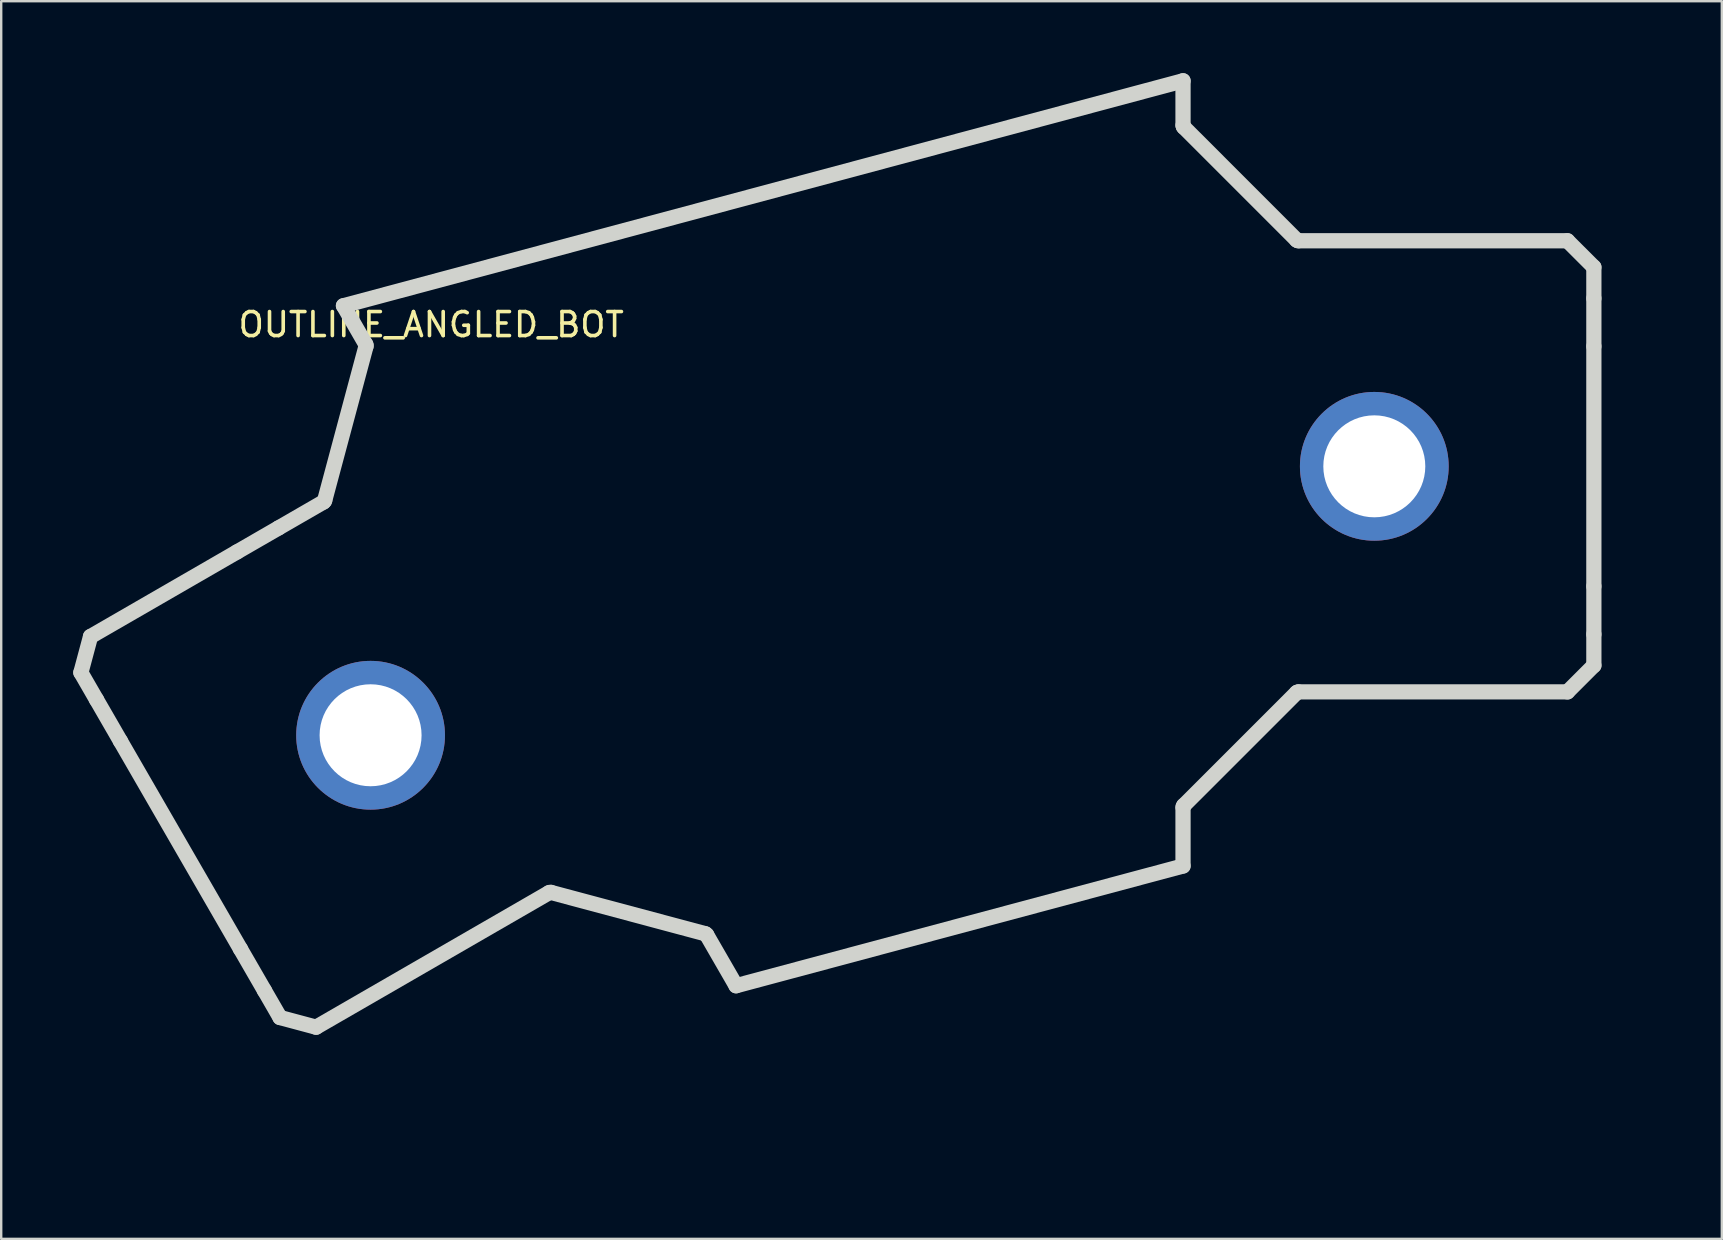
<source format=kicad_pcb>
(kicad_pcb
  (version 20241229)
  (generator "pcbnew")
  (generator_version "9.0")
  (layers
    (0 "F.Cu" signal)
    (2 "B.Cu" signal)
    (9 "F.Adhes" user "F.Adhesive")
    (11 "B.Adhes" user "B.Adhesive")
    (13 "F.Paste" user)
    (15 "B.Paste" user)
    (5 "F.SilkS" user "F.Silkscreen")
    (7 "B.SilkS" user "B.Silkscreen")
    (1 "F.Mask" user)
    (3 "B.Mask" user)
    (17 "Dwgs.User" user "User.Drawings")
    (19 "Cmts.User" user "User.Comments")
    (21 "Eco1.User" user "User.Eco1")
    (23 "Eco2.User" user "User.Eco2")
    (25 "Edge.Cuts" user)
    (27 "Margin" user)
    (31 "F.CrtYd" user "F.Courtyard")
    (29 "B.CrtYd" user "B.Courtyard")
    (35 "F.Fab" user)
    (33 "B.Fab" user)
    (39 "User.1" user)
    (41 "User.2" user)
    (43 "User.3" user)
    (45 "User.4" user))
  (footprint "OUTLINE_ANGLED_BOT"
    (layer "F.Cu")
    (at 0.32 24.979)
    (property "Reference" "OUTLINE_ANGLED_BOT" (at 14.6 -14.5 0) (unlocked yes) (layer "F.SilkS") (effects (font (size 1 1) (thickness 0.15))))
    (attr smd board_only exclude_from_pos_files exclude_from_bom)
    (fp_arc (start 9.953187 0.977731) (mid 12.95 0.1) (end 14.76077 2.644095) (stroke (width 1) (type default)) (layer "F.Paste"))
    (fp_arc (start 14.215001 4.266365) (mid 11.218188 5.144096) (end 9.407418 2.600001) (stroke (width 1) (type default)) (layer "F.Paste"))
    (fp_arc (start 51.803187 -10.222269) (mid 54.8 -11.1) (end 56.61077 -8.555905) (stroke (width 1) (type default)) (layer "F.Paste"))
    (fp_arc (start 56.065001 -6.933635) (mid 53.068188 -6.055904) (end 51.257418 -8.599999) (stroke (width 1) (type default)) (layer "F.Paste"))
    (fp_line (start 0 0) (end 0.65 1.126) (stroke (width 0.635) (type solid)) (layer "Edge.Cuts"))
    (fp_line (start 0.403 -1.503) (end 0 0) (stroke (width 0.635) (type solid)) (layer "Edge.Cuts"))
    (fp_line (start 0.65 1.126) (end 1.65 2.858) (stroke (width 0.635) (type solid)) (layer "Edge.Cuts"))
    (fp_line (start 1.65 2.858) (end 6.65 11.518) (stroke (width 0.635) (type solid)) (layer "Edge.Cuts"))
    (fp_line (start 6.508 -5.028) (end 0.403 -1.503) (stroke (width 0.635) (type solid)) (layer "Edge.Cuts"))
    (fp_line (start 6.65 11.518) (end 7.65 13.25) (stroke (width 0.635) (type solid)) (layer "Edge.Cuts"))
    (fp_line (start 7.65 13.25) (end 8.3 14.376) (stroke (width 0.635) (type solid)) (layer "Edge.Cuts"))
    (fp_line (start 8.24 -6.028) (end 6.508 -5.028) (stroke (width 0.635) (type solid)) (layer "Edge.Cuts"))
    (fp_line (start 8.3 14.376) (end 9.803 14.779) (stroke (width 0.635) (type solid)) (layer "Edge.Cuts"))
    (fp_line (start 9.803 14.779) (end 19.514 9.172) (stroke (width 0.635) (type solid)) (layer "Edge.Cuts"))
    (fp_line (start 10.114 -7.11) (end 8.24 -6.028) (stroke (width 0.635) (type solid)) (layer "Edge.Cuts"))
    (fp_line (start 10.944 -15.287) (end 11.874 -13.676) (stroke (width 0.635) (type solid)) (layer "Edge.Cuts"))
    (fp_line (start 10.944 -15.287) (end 45.932 -24.662) (stroke (width 0.635) (type solid)) (layer "Edge.Cuts"))
    (fp_line (start 11.884 -13.6) (end 10.161 -7.17) (stroke (width 0.635) (type solid)) (layer "Edge.Cuts"))
    (fp_line (start 19.59 9.162) (end 26.02 10.884) (stroke (width 0.635) (type solid)) (layer "Edge.Cuts"))
    (fp_line (start 26.081 10.931) (end 27.305 13.052) (stroke (width 0.635) (type solid)) (layer "Edge.Cuts"))
    (fp_line (start 27.305 13.052) (end 45.932 8.061) (stroke (width 0.635) (type solid)) (layer "Edge.Cuts"))
    (fp_line (start 45.932 -24.662) (end 45.932 -22.802) (stroke (width 0.635) (type solid)) (layer "Edge.Cuts"))
    (fp_line (start 45.932 8.061) (end 45.932 5.612) (stroke (width 0.635) (type solid)) (layer "Edge.Cuts"))
    (fp_line (start 45.962 -22.732) (end 50.669 -18.024) (stroke (width 0.635) (type solid)) (layer "Edge.Cuts"))
    (fp_line (start 45.962 5.541) (end 50.669 0.834) (stroke (width 0.635) (type solid)) (layer "Edge.Cuts"))
    (fp_line (start 50.739 0.805) (end 61.954 0.805) (stroke (width 0.635) (type solid)) (layer "Edge.Cuts"))
    (fp_line (start 61.954 -17.995) (end 50.739 -17.995) (stroke (width 0.635) (type solid)) (layer "Edge.Cuts"))
    (fp_line (start 61.954 0.805) (end 63.054 -0.295) (stroke (width 0.635) (type solid)) (layer "Edge.Cuts"))
    (fp_line (start 63.054 -16.895) (end 61.954 -17.995) (stroke (width 0.635) (type solid)) (layer "Edge.Cuts"))
    (fp_line (start 63.054 -15.595) (end 63.054 -16.895) (stroke (width 0.635) (type solid)) (layer "Edge.Cuts"))
    (fp_line (start 63.054 -13.595) (end 63.054 -15.595) (stroke (width 0.635) (type solid)) (layer "Edge.Cuts"))
    (fp_line (start 63.054 -3.595) (end 63.054 -13.595) (stroke (width 0.635) (type solid)) (layer "Edge.Cuts"))
    (fp_line (start 63.054 -1.595) (end 63.054 -3.595) (stroke (width 0.635) (type solid)) (layer "Edge.Cuts"))
    (fp_line (start 63.054 -0.295) (end 63.054 -1.595) (stroke (width 0.635) (type solid)) (layer "Edge.Cuts"))
    (fp_arc (start 10.161015 -7.170456) (mid 10.143757 -7.135463) (end 10.114422 -7.109735) (stroke (width 0.635) (type solid)) (layer "Edge.Cuts"))
    (fp_arc (start 11.873945 -13.676365) (mid 11.886504 -13.639417) (end 11.883935 -13.600483) (stroke (width 0.635) (type solid)) (layer "Edge.Cuts"))
    (fp_arc (start 19.514422 9.171542) (mid 19.551371 9.15899) (end 19.590304 9.161552) (stroke (width 0.635) (type solid)) (layer "Edge.Cuts"))
    (fp_arc (start 26.020331 10.884473) (mid 26.055329 10.901727) (end 26.081052 10.931066) (stroke (width 0.635) (type solid)) (layer "Edge.Cuts"))
    (fp_arc (start 45.93223 5.611959) (mid 45.939846 5.573692) (end 45.961519 5.541248) (stroke (width 0.635) (type solid)) (layer "Edge.Cuts"))
    (fp_arc (start 45.961519 -22.731544) (mid 45.939857 -22.76399) (end 45.93223 -22.802255) (stroke (width 0.635) (type solid)) (layer "Edge.Cuts"))
    (fp_arc (start 50.668626 0.834141) (mid 50.701069 0.812462) (end 50.739337 0.804852) (stroke (width 0.635) (type solid)) (layer "Edge.Cuts"))
    (fp_arc (start 50.739337 -17.995148) (mid 50.701074 -18.002768) (end 50.668626 -18.024438) (stroke (width 0.635) (type solid)) (layer "Edge.Cuts"))
    (fp_line (start 0.403 -1.503) (end 0 0) (stroke (width 0.635) (type solid)) (layer "User.6"))
    (fp_line (start 0.403 -1.503) (end 10.114 -7.11) (stroke (width 0.635) (type solid)) (layer "User.6"))
    (fp_line (start 0.65 1.126) (end 0 0) (stroke (width 0.635) (type solid)) (layer "User.6"))
    (fp_line (start 0.65 1.126) (end 4.894 -1.324) (stroke (width 0.635) (type solid)) (layer "User.6"))
    (fp_line (start 4.894 -1.324) (end 11.894 10.8) (stroke (width 0.635) (type solid)) (layer "User.6"))
    (fp_line (start 7.65 13.25) (end 0.65 1.126) (stroke (width 0.635) (type solid)) (layer "User.6"))
    (fp_line (start 7.65 13.25) (end 11.894 10.8) (stroke (width 0.635) (type solid)) (layer "User.6"))
    (fp_line (start 8.3 14.376) (end 7.65 13.25) (stroke (width 0.635) (type solid)) (layer "User.6"))
    (fp_line (start 8.3 14.376) (end 9.803 14.779) (stroke (width 0.635) (type solid)) (layer "User.6"))
    (fp_line (start 10.161 -7.17) (end 11.884 -13.6) (stroke (width 0.635) (type solid)) (layer "User.6"))
    (fp_line (start 10.931 2.613) (end 13.217 2.613) (stroke (width 0.635) (type solid)) (layer "User.6"))
    (fp_line (start 11.874 -13.676) (end 10.944 -15.287) (stroke (width 0.635) (type solid)) (layer "User.6"))
    (fp_line (start 12.074 3.756) (end 12.074 1.47) (stroke (width 0.635) (type solid)) (layer "User.6"))
    (fp_line (start 19.514 9.172) (end 9.803 14.779) (stroke (width 0.635) (type solid)) (layer "User.6"))
    (fp_line (start 26.02 10.884) (end 19.59 9.162) (stroke (width 0.635) (type solid)) (layer "User.6"))
    (fp_line (start 27.305 13.052) (end 26.081 10.931) (stroke (width 0.635) (type solid)) (layer "User.6"))
    (fp_line (start 31.957 -4.709) (end 33.1 -4.709) (stroke (width 0.635) (type solid)) (layer "User.6"))
    (fp_line (start 32.529 -4.137) (end 32.529 -5.28) (stroke (width 0.635) (type solid)) (layer "User.6"))
    (fp_line (start 45.932 -24.662) (end 10.944 -15.287) (stroke (width 0.635) (type solid)) (layer "User.6"))
    (fp_line (start 45.932 -22.802) (end 45.932 -24.662) (stroke (width 0.635) (type solid)) (layer "User.6"))
    (fp_line (start 45.932 5.612) (end 45.932 8.061) (stroke (width 0.635) (type solid)) (layer "User.6"))
    (fp_line (start 45.932 8.061) (end 27.305 13.052) (stroke (width 0.635) (type solid)) (layer "User.6"))
    (fp_line (start 50.669 -18.024) (end 45.962 -22.732) (stroke (width 0.635) (type solid)) (layer "User.6"))
    (fp_line (start 50.669 0.834) (end 45.962 5.541) (stroke (width 0.635) (type solid)) (layer "User.6"))
    (fp_line (start 50.739 -17.995) (end 61.954 -17.995) (stroke (width 0.635) (type solid)) (layer "User.6"))
    (fp_line (start 53.332 -8.595) (end 54.475 -8.595) (stroke (width 0.635) (type solid)) (layer "User.6"))
    (fp_line (start 53.904 -8.024) (end 53.904 -9.167) (stroke (width 0.635) (type solid)) (layer "User.6"))
    (fp_line (start 58.154 -1.595) (end 58.154 -15.595) (stroke (width 0.635) (type solid)) (layer "User.6"))
    (fp_line (start 61.954 0.805) (end 50.739 0.805) (stroke (width 0.635) (type solid)) (layer "User.6"))
    (fp_line (start 61.954 0.805) (end 63.054 -0.295) (stroke (width 0.635) (type solid)) (layer "User.6"))
    (fp_line (start 63.054 -16.895) (end 61.954 -17.995) (stroke (width 0.635) (type solid)) (layer "User.6"))
    (fp_line (start 63.054 -16.895) (end 63.054 -15.595) (stroke (width 0.635) (type solid)) (layer "User.6"))
    (fp_line (start 63.054 -15.595) (end 58.154 -15.595) (stroke (width 0.635) (type solid)) (layer "User.6"))
    (fp_line (start 63.054 -15.595) (end 63.054 -1.595) (stroke (width 0.635) (type solid)) (layer "User.6"))
    (fp_line (start 63.054 -1.595) (end 58.154 -1.595) (stroke (width 0.635) (type solid)) (layer "User.6"))
    (fp_line (start 63.054 -1.595) (end 63.054 -0.295) (stroke (width 0.635) (type solid)) (layer "User.6"))
    (fp_arc (start 10.161014 -7.170456) (mid 10.143758 -7.135461) (end 10.114422 -7.109735) (stroke (width 0.635) (type solid)) (layer "User.6"))
    (fp_arc (start 11.873945 -13.676365) (mid 11.886508 -13.639416) (end 11.883935 -13.600483) (stroke (width 0.635) (type solid)) (layer "User.6"))
    (fp_arc (start 19.514422 9.171543) (mid 19.551371 9.158992) (end 19.590304 9.161553) (stroke (width 0.635) (type solid)) (layer "User.6"))
    (fp_arc (start 26.020331 10.884473) (mid 26.055331 10.901726) (end 26.081052 10.931066) (stroke (width 0.635) (type solid)) (layer "User.6"))
    (fp_arc (start 45.93223 5.611959) (mid 45.939849 5.573695) (end 45.961519 5.541248) (stroke (width 0.635) (type solid)) (layer "User.6"))
    (fp_arc (start 45.961519 -22.731544) (mid 45.939861 -22.76399) (end 45.93223 -22.802255) (stroke (width 0.635) (type solid)) (layer "User.6"))
    (fp_arc (start 50.668626 0.834141) (mid 50.701069 0.812464) (end 50.739337 0.804852) (stroke (width 0.635) (type solid)) (layer "User.6"))
    (fp_arc (start 50.739337 -17.995148) (mid 50.701075 -18.002769) (end 50.668626 -18.024437) (stroke (width 0.635) (type solid)) (layer "User.6"))
    (fp_circle (center 12.074 2.613) (end 14.199 2.613) (stroke (width 0.635) (type solid)) (fill no) (layer "User.6"))
    (fp_circle (center 12.074 2.613) (end 15.174 2.613) (stroke (width 0.635) (type solid)) (fill no) (layer "User.6"))
    (fp_circle (center 32.529 -4.709) (end 32.779 -4.709) (stroke (width 0.635) (type solid)) (fill no) (layer "User.6"))
    (fp_circle (center 53.904 -8.595) (end 56.029 -8.595) (stroke (width 0.635) (type solid)) (fill no) (layer "User.6"))
    (fp_circle (center 53.904 -8.595) (end 57.004 -8.595) (stroke (width 0.635) (type solid)) (fill no) (layer "User.6"))
    (fp_line (start 12.074 3.756) (end 12.074 1.47) (stroke (width 0.635) (type solid)) (layer "User.7"))
    (fp_line (start 13.217 2.613) (end 10.931 2.613) (stroke (width 0.635) (type solid)) (layer "User.7"))
    (fp_line (start 53.904 -8.024) (end 53.904 -9.167) (stroke (width 0.635) (type solid)) (layer "User.7"))
    (fp_line (start 54.475 -8.595) (end 53.332 -8.595) (stroke (width 0.635) (type solid)) (layer "User.7"))
    (fp_circle (center 12.074 2.613) (end 13.674 2.613) (stroke (width 0.635) (type solid)) (fill no) (layer "User.7"))
    (fp_circle (center 53.904 -8.595) (end 55.504 -8.595) (stroke (width 0.635) (type solid)) (fill no) (layer "User.7"))
    (fp_line (start 0.4 -1.5) (end -0.003 0.003) (stroke (width 0.635) (type solid)) (layer "User.9"))
    (fp_line (start 0.4 -1.5) (end 10.112 -7.107) (stroke (width 0.635) (type solid)) (layer "User.9"))
    (fp_line (start 0.647 1.128) (end -0.003 0.003) (stroke (width 0.635) (type solid)) (layer "User.9"))
    (fp_line (start 0.647 1.128) (end 4.891 -1.322) (stroke (width 0.635) (type solid)) (layer "User.9"))
    (fp_line (start 2.168 8.334) (end 10.371 3.598) (stroke (width 0.1) (type solid)) (layer "User.9"))
    (fp_line (start 4.891 -1.322) (end 11.891 10.803) (stroke (width 0.635) (type solid)) (layer "User.9"))
    (fp_line (start 7.647 13.253) (end 0.647 1.128) (stroke (width 0.635) (type solid)) (layer "User.9"))
    (fp_line (start 7.647 13.253) (end 11.891 10.803) (stroke (width 0.635) (type solid)) (layer "User.9"))
    (fp_line (start 8.297 14.379) (end 7.647 13.253) (stroke (width 0.635) (type solid)) (layer "User.9"))
    (fp_line (start 8.297 14.379) (end 9.8 14.781) (stroke (width 0.635) (type solid)) (layer "User.9"))
    (fp_line (start 10.158 -7.168) (end 11.881 -13.598) (stroke (width 0.635) (type solid)) (layer "User.9"))
    (fp_line (start 10.929 2.616) (end 13.215 2.616) (stroke (width 0.635) (type solid)) (layer "User.9"))
    (fp_line (start 11.871 -13.674) (end 10.942 -15.284) (stroke (width 0.635) (type solid)) (layer "User.9"))
    (fp_line (start 12.072 3.759) (end 12.072 1.473) (stroke (width 0.635) (type solid)) (layer "User.9"))
    (fp_line (start 19.512 9.174) (end 9.8 14.781) (stroke (width 0.635) (type solid)) (layer "User.9"))
    (fp_line (start 26.018 10.887) (end 19.588 9.164) (stroke (width 0.635) (type solid)) (layer "User.9"))
    (fp_line (start 27.303 13.054) (end 26.078 10.934) (stroke (width 0.635) (type solid)) (layer "User.9"))
    (fp_line (start 31.954 -4.706) (end 33.097 -4.706) (stroke (width 0.635) (type solid)) (layer "User.9"))
    (fp_line (start 32.526 -4.135) (end 32.526 -5.278) (stroke (width 0.635) (type solid)) (layer "User.9"))
    (fp_line (start 45.93 -24.659) (end 10.942 -15.284) (stroke (width 0.635) (type solid)) (layer "User.9"))
    (fp_line (start 45.93 -22.8) (end 45.93 -24.659) (stroke (width 0.635) (type solid)) (layer "User.9"))
    (fp_line (start 45.93 5.615) (end 45.93 8.063) (stroke (width 0.635) (type solid)) (layer "User.9"))
    (fp_line (start 45.93 8.063) (end 27.303 13.054) (stroke (width 0.635) (type solid)) (layer "User.9"))
    (fp_line (start 50.666 -18.022) (end 45.959 -22.729) (stroke (width 0.635) (type solid)) (layer "User.9"))
    (fp_line (start 50.666 0.837) (end 45.959 5.544) (stroke (width 0.635) (type solid)) (layer "User.9"))
    (fp_line (start 50.737 -17.993) (end 61.951 -17.993) (stroke (width 0.635) (type solid)) (layer "User.9"))
    (fp_line (start 53.329 -8.593) (end 54.472 -8.593) (stroke (width 0.635) (type solid)) (layer "User.9"))
    (fp_line (start 53.901 -8.021) (end 53.901 -9.164) (stroke (width 0.635) (type solid)) (layer "User.9"))
    (fp_line (start 58.151 -1.593) (end 58.151 -15.593) (stroke (width 0.635) (type solid)) (layer "User.9"))
    (fp_line (start 61.951 0.807) (end 50.737 0.807) (stroke (width 0.635) (type solid)) (layer "User.9"))
    (fp_line (start 61.951 0.807) (end 63.051 -0.293) (stroke (width 0.635) (type solid)) (layer "User.9"))
    (fp_line (start 63.051 -16.893) (end 61.951 -17.993) (stroke (width 0.635) (type solid)) (layer "User.9"))
    (fp_line (start 63.051 -16.893) (end 63.051 -15.593) (stroke (width 0.635) (type solid)) (layer "User.9"))
    (fp_line (start 63.051 -15.593) (end 58.151 -15.593) (stroke (width 0.635) (type solid)) (layer "User.9"))
    (fp_line (start 63.051 -15.593) (end 63.051 -1.593) (stroke (width 0.635) (type solid)) (layer "User.9"))
    (fp_line (start 63.051 -1.593) (end 58.151 -1.593) (stroke (width 0.635) (type solid)) (layer "User.9"))
    (fp_line (start 63.051 -1.593) (end 63.051 -0.293) (stroke (width 0.635) (type solid)) (layer "User.9"))
    (fp_line (start 65.337 -8.593) (end 55.865 -8.593) (stroke (width 0.1) (type solid)) (layer "User.9"))
    (fp_arc (start 10.158386 -7.167828) (mid 10.14113 -7.132833) (end 10.111794 -7.107107) (stroke (width 0.635) (type solid)) (layer "User.9"))
    (fp_arc (start 11.871317 -13.673737) (mid 11.88388 -13.636788) (end 11.881307 -13.597855) (stroke (width 0.635) (type solid)) (layer "User.9"))
    (fp_arc (start 19.511794 9.174171) (mid 19.548743 9.16162) (end 19.587676 9.164181) (stroke (width 0.635) (type solid)) (layer "User.9"))
    (fp_arc (start 26.017703 10.887101) (mid 26.052703 10.904354) (end 26.078424 10.933694) (stroke (width 0.635) (type solid)) (layer "User.9"))
    (fp_arc (start 45.929602 5.614587) (mid 45.937221 5.576323) (end 45.958891 5.543876) (stroke (width 0.635) (type solid)) (layer "User.9"))
    (fp_arc (start 45.958891 -22.728916) (mid 45.937233 -22.761362) (end 45.929602 -22.799627) (stroke (width 0.635) (type solid)) (layer "User.9"))
    (fp_arc (start 50.665998 0.836769) (mid 50.698441 0.815092) (end 50.736709 0.80748) (stroke (width 0.635) (type solid)) (layer "User.9"))
    (fp_arc (start 50.736709 -17.99252) (mid 50.698447 -18.000141) (end 50.665998 -18.021809) (stroke (width 0.635) (type solid)) (layer "User.9"))
    (fp_circle (center 12.072 2.616) (end 14.197 2.616) (stroke (width 0.635) (type solid)) (fill no) (layer "User.9"))
    (fp_circle (center 12.072 2.616) (end 15.172 2.616) (stroke (width 0.635) (type solid)) (fill no) (layer "User.9"))
    (fp_circle (center 32.526 -4.706) (end 32.776 -4.706) (stroke (width 0.635) (type solid)) (fill no) (layer "User.9"))
    (fp_circle (center 53.901 -8.593) (end 56.026 -8.593) (stroke (width 0.635) (type solid)) (fill no) (layer "User.9"))
    (fp_circle (center 53.901 -8.593) (end 57.001 -8.593) (stroke (width 0.635) (type solid)) (fill no) (layer "User.9"))
    (fp_text user "" (at 31.527 19.455 0) (layer "User.6") (effects (font (size 3.048 2.743) (thickness 0.381)) (justify top)))
    (fp_text user "" (at 31.524 19.458 0) (layer "User.9") (effects (font (size 3.048 2.743) (thickness 0.381)) (justify top)))
    (pad "~" thru_hole circle (at 12.074 2.613) (size 6.2 6.2) (drill 4.25) (layers "*.Cu" "*.Mask"))
    (pad "~" thru_hole circle (at 53.904 -8.595) (size 6.2 6.2) (drill 4.25) (layers "*.Cu" "*.Mask")))
  (gr_rect
    (start -3 -3)
    (end 68.707 48.58)
    (stroke (width 0.1) (type default))
    (fill no)
    (layer "Edge.Cuts")))
</source>
